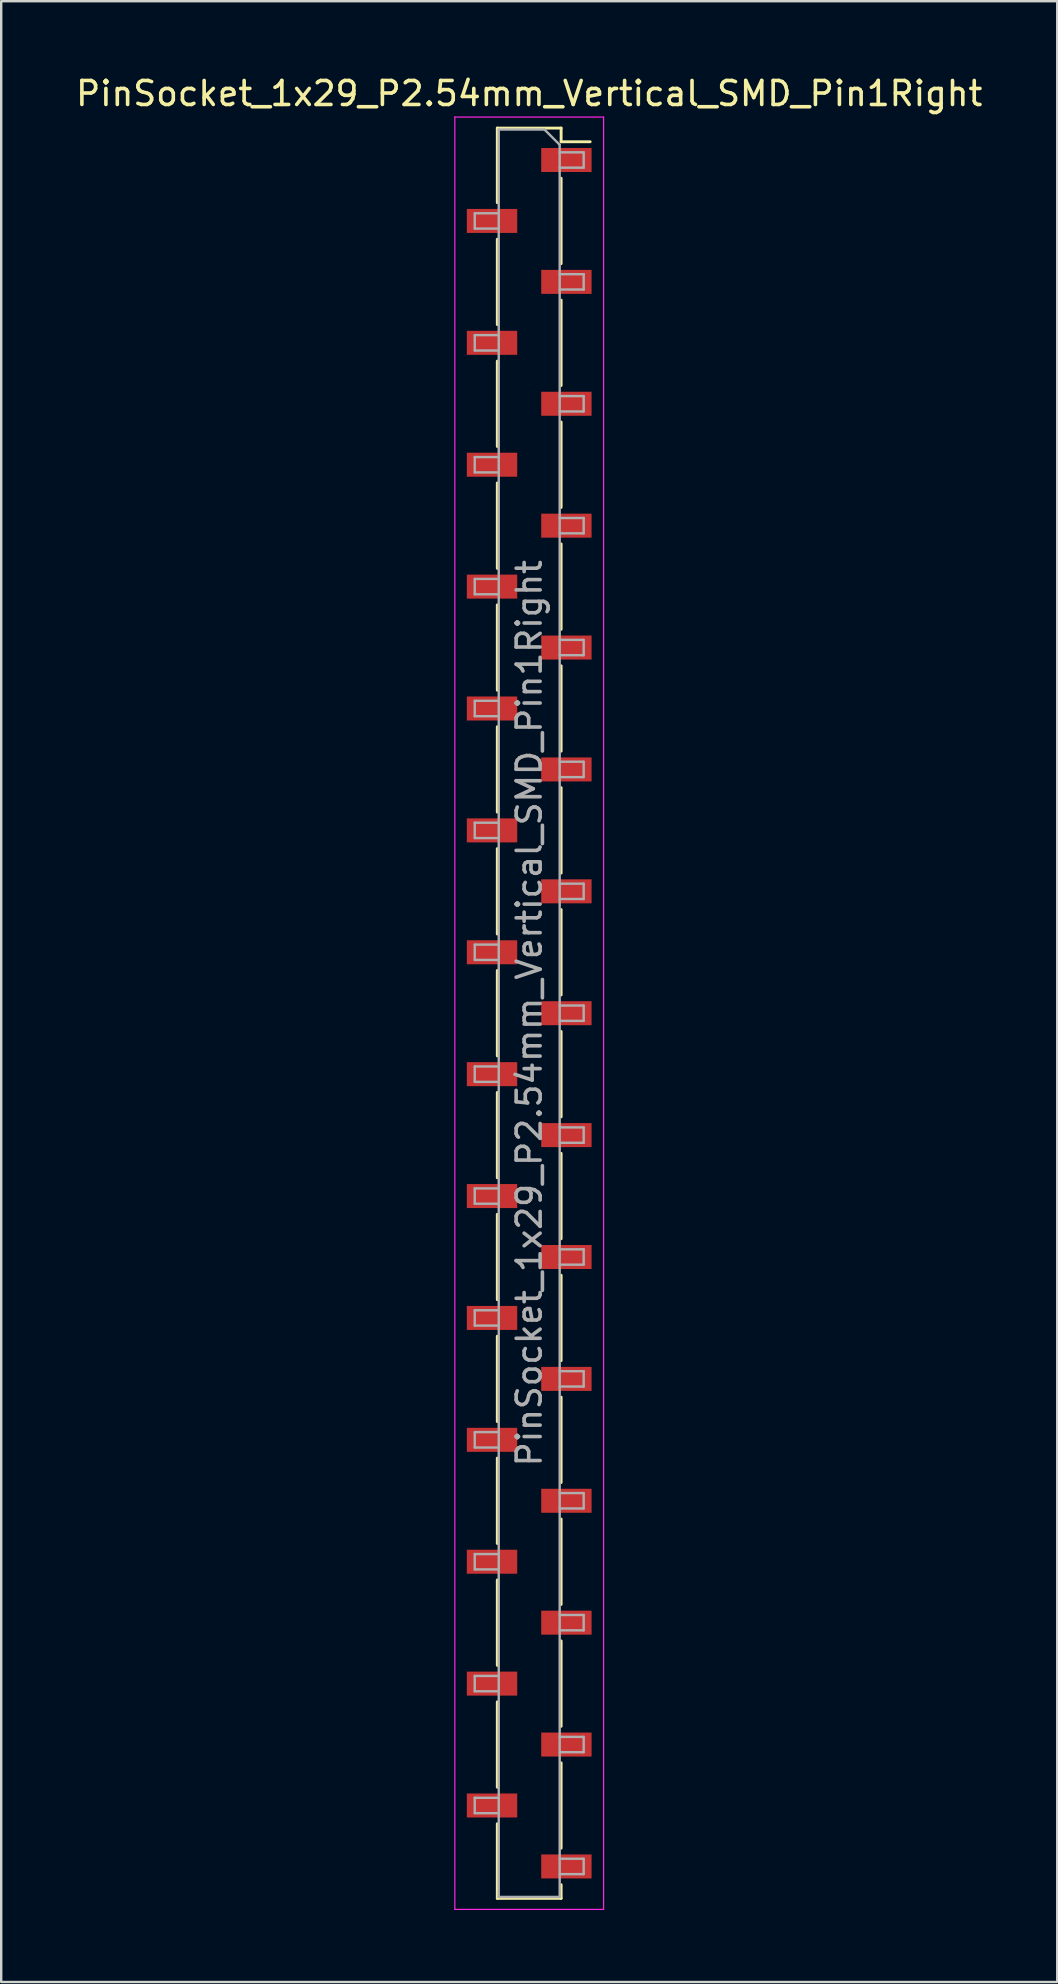
<source format=kicad_pcb>
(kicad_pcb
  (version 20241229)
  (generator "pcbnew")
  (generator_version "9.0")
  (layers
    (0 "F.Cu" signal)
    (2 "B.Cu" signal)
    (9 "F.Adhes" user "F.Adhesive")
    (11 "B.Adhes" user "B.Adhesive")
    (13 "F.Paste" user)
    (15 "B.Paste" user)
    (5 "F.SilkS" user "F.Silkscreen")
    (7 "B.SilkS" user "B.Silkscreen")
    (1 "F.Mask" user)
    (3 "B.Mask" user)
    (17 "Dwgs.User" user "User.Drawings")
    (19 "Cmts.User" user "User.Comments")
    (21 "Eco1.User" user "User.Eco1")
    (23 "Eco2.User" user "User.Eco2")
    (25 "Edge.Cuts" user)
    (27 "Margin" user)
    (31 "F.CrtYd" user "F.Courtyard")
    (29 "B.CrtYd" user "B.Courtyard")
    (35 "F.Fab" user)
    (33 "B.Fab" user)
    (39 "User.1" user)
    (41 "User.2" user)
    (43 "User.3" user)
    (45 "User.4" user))
  (footprint "PinSocket_1x29_P2.54mm_Vertical_SMD_Pin1Right"
    (layer "F.Cu")
    (at 19.006 39.178)
    (property "Reference" "PinSocket_1x29_P2.54mm_Vertical_SMD_Pin1Right" (at 0 -38.33 0) (layer "F.SilkS") (effects (font (size 1 1) (thickness 0.15))))
    (attr smd)
    (fp_line (start -1.33 -36.89) (end -1.33 -33.78) (stroke (width 0.12) (type solid)) (layer "F.SilkS"))
    (fp_line (start -1.33 -36.89) (end 1.33 -36.89) (stroke (width 0.12) (type solid)) (layer "F.SilkS"))
    (fp_line (start -1.33 -32.26) (end -1.33 -28.7) (stroke (width 0.12) (type solid)) (layer "F.SilkS"))
    (fp_line (start -1.33 -27.18) (end -1.33 -23.62) (stroke (width 0.12) (type solid)) (layer "F.SilkS"))
    (fp_line (start -1.33 -22.1) (end -1.33 -18.54) (stroke (width 0.12) (type solid)) (layer "F.SilkS"))
    (fp_line (start -1.33 -17.02) (end -1.33 -13.46) (stroke (width 0.12) (type solid)) (layer "F.SilkS"))
    (fp_line (start -1.33 -11.94) (end -1.33 -8.38) (stroke (width 0.12) (type solid)) (layer "F.SilkS"))
    (fp_line (start -1.33 -6.86) (end -1.33 -3.3) (stroke (width 0.12) (type solid)) (layer "F.SilkS"))
    (fp_line (start -1.33 -1.78) (end -1.33 1.78) (stroke (width 0.12) (type solid)) (layer "F.SilkS"))
    (fp_line (start -1.33 3.3) (end -1.33 6.86) (stroke (width 0.12) (type solid)) (layer "F.SilkS"))
    (fp_line (start -1.33 8.38) (end -1.33 11.94) (stroke (width 0.12) (type solid)) (layer "F.SilkS"))
    (fp_line (start -1.33 13.46) (end -1.33 17.02) (stroke (width 0.12) (type solid)) (layer "F.SilkS"))
    (fp_line (start -1.33 18.54) (end -1.33 22.1) (stroke (width 0.12) (type solid)) (layer "F.SilkS"))
    (fp_line (start -1.33 23.62) (end -1.33 27.18) (stroke (width 0.12) (type solid)) (layer "F.SilkS"))
    (fp_line (start -1.33 28.7) (end -1.33 32.26) (stroke (width 0.12) (type solid)) (layer "F.SilkS"))
    (fp_line (start -1.33 33.78) (end -1.33 36.89) (stroke (width 0.12) (type solid)) (layer "F.SilkS"))
    (fp_line (start -1.33 36.89) (end 1.33 36.89) (stroke (width 0.12) (type solid)) (layer "F.SilkS"))
    (fp_line (start 1.33 -36.89) (end 1.33 -36.32) (stroke (width 0.12) (type solid)) (layer "F.SilkS"))
    (fp_line (start 1.33 -36.32) (end 2.54 -36.32) (stroke (width 0.12) (type solid)) (layer "F.SilkS"))
    (fp_line (start 1.33 -34.8) (end 1.33 -31.24) (stroke (width 0.12) (type solid)) (layer "F.SilkS"))
    (fp_line (start 1.33 -29.72) (end 1.33 -26.16) (stroke (width 0.12) (type solid)) (layer "F.SilkS"))
    (fp_line (start 1.33 -24.64) (end 1.33 -21.08) (stroke (width 0.12) (type solid)) (layer "F.SilkS"))
    (fp_line (start 1.33 -19.56) (end 1.33 -16) (stroke (width 0.12) (type solid)) (layer "F.SilkS"))
    (fp_line (start 1.33 -14.48) (end 1.33 -10.92) (stroke (width 0.12) (type solid)) (layer "F.SilkS"))
    (fp_line (start 1.33 -9.4) (end 1.33 -5.84) (stroke (width 0.12) (type solid)) (layer "F.SilkS"))
    (fp_line (start 1.33 -4.32) (end 1.33 -0.76) (stroke (width 0.12) (type solid)) (layer "F.SilkS"))
    (fp_line (start 1.33 0.76) (end 1.33 4.32) (stroke (width 0.12) (type solid)) (layer "F.SilkS"))
    (fp_line (start 1.33 5.84) (end 1.33 9.4) (stroke (width 0.12) (type solid)) (layer "F.SilkS"))
    (fp_line (start 1.33 10.92) (end 1.33 14.48) (stroke (width 0.12) (type solid)) (layer "F.SilkS"))
    (fp_line (start 1.33 16) (end 1.33 19.56) (stroke (width 0.12) (type solid)) (layer "F.SilkS"))
    (fp_line (start 1.33 21.08) (end 1.33 24.64) (stroke (width 0.12) (type solid)) (layer "F.SilkS"))
    (fp_line (start 1.33 26.16) (end 1.33 29.72) (stroke (width 0.12) (type solid)) (layer "F.SilkS"))
    (fp_line (start 1.33 31.24) (end 1.33 34.8) (stroke (width 0.12) (type solid)) (layer "F.SilkS"))
    (fp_line (start 1.33 36.32) (end 1.33 36.89) (stroke (width 0.12) (type solid)) (layer "F.SilkS"))
    (fp_line (start -3.1 -37.35) (end 3.1 -37.35) (stroke (width 0.05) (type solid)) (layer "F.CrtYd"))
    (fp_line (start -3.1 37.35) (end -3.1 -37.35) (stroke (width 0.05) (type solid)) (layer "F.CrtYd"))
    (fp_line (start 3.1 -37.35) (end 3.1 37.35) (stroke (width 0.05) (type solid)) (layer "F.CrtYd"))
    (fp_line (start 3.1 37.35) (end -3.1 37.35) (stroke (width 0.05) (type solid)) (layer "F.CrtYd"))
    (fp_line (start -2.27 -33.34) (end -1.27 -33.34) (stroke (width 0.1) (type solid)) (layer "F.Fab"))
    (fp_line (start -2.27 -32.7) (end -2.27 -33.34) (stroke (width 0.1) (type solid)) (layer "F.Fab"))
    (fp_line (start -2.27 -28.26) (end -1.27 -28.26) (stroke (width 0.1) (type solid)) (layer "F.Fab"))
    (fp_line (start -2.27 -27.62) (end -2.27 -28.26) (stroke (width 0.1) (type solid)) (layer "F.Fab"))
    (fp_line (start -2.27 -23.18) (end -1.27 -23.18) (stroke (width 0.1) (type solid)) (layer "F.Fab"))
    (fp_line (start -2.27 -22.54) (end -2.27 -23.18) (stroke (width 0.1) (type solid)) (layer "F.Fab"))
    (fp_line (start -2.27 -18.1) (end -1.27 -18.1) (stroke (width 0.1) (type solid)) (layer "F.Fab"))
    (fp_line (start -2.27 -17.46) (end -2.27 -18.1) (stroke (width 0.1) (type solid)) (layer "F.Fab"))
    (fp_line (start -2.27 -13.02) (end -1.27 -13.02) (stroke (width 0.1) (type solid)) (layer "F.Fab"))
    (fp_line (start -2.27 -12.38) (end -2.27 -13.02) (stroke (width 0.1) (type solid)) (layer "F.Fab"))
    (fp_line (start -2.27 -7.94) (end -1.27 -7.94) (stroke (width 0.1) (type solid)) (layer "F.Fab"))
    (fp_line (start -2.27 -7.3) (end -2.27 -7.94) (stroke (width 0.1) (type solid)) (layer "F.Fab"))
    (fp_line (start -2.27 -2.86) (end -1.27 -2.86) (stroke (width 0.1) (type solid)) (layer "F.Fab"))
    (fp_line (start -2.27 -2.22) (end -2.27 -2.86) (stroke (width 0.1) (type solid)) (layer "F.Fab"))
    (fp_line (start -2.27 2.22) (end -1.27 2.22) (stroke (width 0.1) (type solid)) (layer "F.Fab"))
    (fp_line (start -2.27 2.86) (end -2.27 2.22) (stroke (width 0.1) (type solid)) (layer "F.Fab"))
    (fp_line (start -2.27 7.3) (end -1.27 7.3) (stroke (width 0.1) (type solid)) (layer "F.Fab"))
    (fp_line (start -2.27 7.94) (end -2.27 7.3) (stroke (width 0.1) (type solid)) (layer "F.Fab"))
    (fp_line (start -2.27 12.38) (end -1.27 12.38) (stroke (width 0.1) (type solid)) (layer "F.Fab"))
    (fp_line (start -2.27 13.02) (end -2.27 12.38) (stroke (width 0.1) (type solid)) (layer "F.Fab"))
    (fp_line (start -2.27 17.46) (end -1.27 17.46) (stroke (width 0.1) (type solid)) (layer "F.Fab"))
    (fp_line (start -2.27 18.1) (end -2.27 17.46) (stroke (width 0.1) (type solid)) (layer "F.Fab"))
    (fp_line (start -2.27 22.54) (end -1.27 22.54) (stroke (width 0.1) (type solid)) (layer "F.Fab"))
    (fp_line (start -2.27 23.18) (end -2.27 22.54) (stroke (width 0.1) (type solid)) (layer "F.Fab"))
    (fp_line (start -2.27 27.62) (end -1.27 27.62) (stroke (width 0.1) (type solid)) (layer "F.Fab"))
    (fp_line (start -2.27 28.26) (end -2.27 27.62) (stroke (width 0.1) (type solid)) (layer "F.Fab"))
    (fp_line (start -2.27 32.7) (end -1.27 32.7) (stroke (width 0.1) (type solid)) (layer "F.Fab"))
    (fp_line (start -2.27 33.34) (end -2.27 32.7) (stroke (width 0.1) (type solid)) (layer "F.Fab"))
    (fp_line (start -1.27 -36.83) (end 0.635 -36.83) (stroke (width 0.1) (type solid)) (layer "F.Fab"))
    (fp_line (start -1.27 -32.7) (end -2.27 -32.7) (stroke (width 0.1) (type solid)) (layer "F.Fab"))
    (fp_line (start -1.27 -27.62) (end -2.27 -27.62) (stroke (width 0.1) (type solid)) (layer "F.Fab"))
    (fp_line (start -1.27 -22.54) (end -2.27 -22.54) (stroke (width 0.1) (type solid)) (layer "F.Fab"))
    (fp_line (start -1.27 -17.46) (end -2.27 -17.46) (stroke (width 0.1) (type solid)) (layer "F.Fab"))
    (fp_line (start -1.27 -12.38) (end -2.27 -12.38) (stroke (width 0.1) (type solid)) (layer "F.Fab"))
    (fp_line (start -1.27 -7.3) (end -2.27 -7.3) (stroke (width 0.1) (type solid)) (layer "F.Fab"))
    (fp_line (start -1.27 -2.22) (end -2.27 -2.22) (stroke (width 0.1) (type solid)) (layer "F.Fab"))
    (fp_line (start -1.27 2.86) (end -2.27 2.86) (stroke (width 0.1) (type solid)) (layer "F.Fab"))
    (fp_line (start -1.27 7.94) (end -2.27 7.94) (stroke (width 0.1) (type solid)) (layer "F.Fab"))
    (fp_line (start -1.27 13.02) (end -2.27 13.02) (stroke (width 0.1) (type solid)) (layer "F.Fab"))
    (fp_line (start -1.27 18.1) (end -2.27 18.1) (stroke (width 0.1) (type solid)) (layer "F.Fab"))
    (fp_line (start -1.27 23.18) (end -2.27 23.18) (stroke (width 0.1) (type solid)) (layer "F.Fab"))
    (fp_line (start -1.27 28.26) (end -2.27 28.26) (stroke (width 0.1) (type solid)) (layer "F.Fab"))
    (fp_line (start -1.27 33.34) (end -2.27 33.34) (stroke (width 0.1) (type solid)) (layer "F.Fab"))
    (fp_line (start -1.27 36.83) (end -1.27 -36.83) (stroke (width 0.1) (type solid)) (layer "F.Fab"))
    (fp_line (start 0.635 -36.83) (end 1.27 -36.195) (stroke (width 0.1) (type solid)) (layer "F.Fab"))
    (fp_line (start 1.27 -36.195) (end 1.27 36.83) (stroke (width 0.1) (type solid)) (layer "F.Fab"))
    (fp_line (start 1.27 -35.88) (end 2.27 -35.88) (stroke (width 0.1) (type solid)) (layer "F.Fab"))
    (fp_line (start 1.27 -30.8) (end 2.27 -30.8) (stroke (width 0.1) (type solid)) (layer "F.Fab"))
    (fp_line (start 1.27 -25.72) (end 2.27 -25.72) (stroke (width 0.1) (type solid)) (layer "F.Fab"))
    (fp_line (start 1.27 -20.64) (end 2.27 -20.64) (stroke (width 0.1) (type solid)) (layer "F.Fab"))
    (fp_line (start 1.27 -15.56) (end 2.27 -15.56) (stroke (width 0.1) (type solid)) (layer "F.Fab"))
    (fp_line (start 1.27 -10.48) (end 2.27 -10.48) (stroke (width 0.1) (type solid)) (layer "F.Fab"))
    (fp_line (start 1.27 -5.4) (end 2.27 -5.4) (stroke (width 0.1) (type solid)) (layer "F.Fab"))
    (fp_line (start 1.27 -0.32) (end 2.27 -0.32) (stroke (width 0.1) (type solid)) (layer "F.Fab"))
    (fp_line (start 1.27 4.76) (end 2.27 4.76) (stroke (width 0.1) (type solid)) (layer "F.Fab"))
    (fp_line (start 1.27 9.84) (end 2.27 9.84) (stroke (width 0.1) (type solid)) (layer "F.Fab"))
    (fp_line (start 1.27 14.92) (end 2.27 14.92) (stroke (width 0.1) (type solid)) (layer "F.Fab"))
    (fp_line (start 1.27 20) (end 2.27 20) (stroke (width 0.1) (type solid)) (layer "F.Fab"))
    (fp_line (start 1.27 25.08) (end 2.27 25.08) (stroke (width 0.1) (type solid)) (layer "F.Fab"))
    (fp_line (start 1.27 30.16) (end 2.27 30.16) (stroke (width 0.1) (type solid)) (layer "F.Fab"))
    (fp_line (start 1.27 35.24) (end 2.27 35.24) (stroke (width 0.1) (type solid)) (layer "F.Fab"))
    (fp_line (start 1.27 36.83) (end -1.27 36.83) (stroke (width 0.1) (type solid)) (layer "F.Fab"))
    (fp_line (start 2.27 -35.88) (end 2.27 -35.24) (stroke (width 0.1) (type solid)) (layer "F.Fab"))
    (fp_line (start 2.27 -35.24) (end 1.27 -35.24) (stroke (width 0.1) (type solid)) (layer "F.Fab"))
    (fp_line (start 2.27 -30.8) (end 2.27 -30.16) (stroke (width 0.1) (type solid)) (layer "F.Fab"))
    (fp_line (start 2.27 -30.16) (end 1.27 -30.16) (stroke (width 0.1) (type solid)) (layer "F.Fab"))
    (fp_line (start 2.27 -25.72) (end 2.27 -25.08) (stroke (width 0.1) (type solid)) (layer "F.Fab"))
    (fp_line (start 2.27 -25.08) (end 1.27 -25.08) (stroke (width 0.1) (type solid)) (layer "F.Fab"))
    (fp_line (start 2.27 -20.64) (end 2.27 -20) (stroke (width 0.1) (type solid)) (layer "F.Fab"))
    (fp_line (start 2.27 -20) (end 1.27 -20) (stroke (width 0.1) (type solid)) (layer "F.Fab"))
    (fp_line (start 2.27 -15.56) (end 2.27 -14.92) (stroke (width 0.1) (type solid)) (layer "F.Fab"))
    (fp_line (start 2.27 -14.92) (end 1.27 -14.92) (stroke (width 0.1) (type solid)) (layer "F.Fab"))
    (fp_line (start 2.27 -10.48) (end 2.27 -9.84) (stroke (width 0.1) (type solid)) (layer "F.Fab"))
    (fp_line (start 2.27 -9.84) (end 1.27 -9.84) (stroke (width 0.1) (type solid)) (layer "F.Fab"))
    (fp_line (start 2.27 -5.4) (end 2.27 -4.76) (stroke (width 0.1) (type solid)) (layer "F.Fab"))
    (fp_line (start 2.27 -4.76) (end 1.27 -4.76) (stroke (width 0.1) (type solid)) (layer "F.Fab"))
    (fp_line (start 2.27 -0.32) (end 2.27 0.32) (stroke (width 0.1) (type solid)) (layer "F.Fab"))
    (fp_line (start 2.27 0.32) (end 1.27 0.32) (stroke (width 0.1) (type solid)) (layer "F.Fab"))
    (fp_line (start 2.27 4.76) (end 2.27 5.4) (stroke (width 0.1) (type solid)) (layer "F.Fab"))
    (fp_line (start 2.27 5.4) (end 1.27 5.4) (stroke (width 0.1) (type solid)) (layer "F.Fab"))
    (fp_line (start 2.27 9.84) (end 2.27 10.48) (stroke (width 0.1) (type solid)) (layer "F.Fab"))
    (fp_line (start 2.27 10.48) (end 1.27 10.48) (stroke (width 0.1) (type solid)) (layer "F.Fab"))
    (fp_line (start 2.27 14.92) (end 2.27 15.56) (stroke (width 0.1) (type solid)) (layer "F.Fab"))
    (fp_line (start 2.27 15.56) (end 1.27 15.56) (stroke (width 0.1) (type solid)) (layer "F.Fab"))
    (fp_line (start 2.27 20) (end 2.27 20.64) (stroke (width 0.1) (type solid)) (layer "F.Fab"))
    (fp_line (start 2.27 20.64) (end 1.27 20.64) (stroke (width 0.1) (type solid)) (layer "F.Fab"))
    (fp_line (start 2.27 25.08) (end 2.27 25.72) (stroke (width 0.1) (type solid)) (layer "F.Fab"))
    (fp_line (start 2.27 25.72) (end 1.27 25.72) (stroke (width 0.1) (type solid)) (layer "F.Fab"))
    (fp_line (start 2.27 30.16) (end 2.27 30.8) (stroke (width 0.1) (type solid)) (layer "F.Fab"))
    (fp_line (start 2.27 30.8) (end 1.27 30.8) (stroke (width 0.1) (type solid)) (layer "F.Fab"))
    (fp_line (start 2.27 35.24) (end 2.27 35.88) (stroke (width 0.1) (type solid)) (layer "F.Fab"))
    (fp_line (start 2.27 35.88) (end 1.27 35.88) (stroke (width 0.1) (type solid)) (layer "F.Fab"))
    (fp_text user "${REFERENCE}" (at 0 0 90) (layer "F.Fab") (effects (font (size 1 1) (thickness 0.15))))
    (pad "1" smd rect (at 1.55 -35.56) (size 2.1 1) (layers "F.Cu" "F.Mask" "F.Paste"))
    (pad "2" smd rect (at -1.55 -33.02) (size 2.1 1) (layers "F.Cu" "F.Mask" "F.Paste"))
    (pad "3" smd rect (at 1.55 -30.48) (size 2.1 1) (layers "F.Cu" "F.Mask" "F.Paste"))
    (pad "4" smd rect (at -1.55 -27.94) (size 2.1 1) (layers "F.Cu" "F.Mask" "F.Paste"))
    (pad "5" smd rect (at 1.55 -25.4) (size 2.1 1) (layers "F.Cu" "F.Mask" "F.Paste"))
    (pad "6" smd rect (at -1.55 -22.86) (size 2.1 1) (layers "F.Cu" "F.Mask" "F.Paste"))
    (pad "7" smd rect (at 1.55 -20.32) (size 2.1 1) (layers "F.Cu" "F.Mask" "F.Paste"))
    (pad "8" smd rect (at -1.55 -17.78) (size 2.1 1) (layers "F.Cu" "F.Mask" "F.Paste"))
    (pad "9" smd rect (at 1.55 -15.24) (size 2.1 1) (layers "F.Cu" "F.Mask" "F.Paste"))
    (pad "10" smd rect (at -1.55 -12.7) (size 2.1 1) (layers "F.Cu" "F.Mask" "F.Paste"))
    (pad "11" smd rect (at 1.55 -10.16) (size 2.1 1) (layers "F.Cu" "F.Mask" "F.Paste"))
    (pad "12" smd rect (at -1.55 -7.62) (size 2.1 1) (layers "F.Cu" "F.Mask" "F.Paste"))
    (pad "13" smd rect (at 1.55 -5.08) (size 2.1 1) (layers "F.Cu" "F.Mask" "F.Paste"))
    (pad "14" smd rect (at -1.55 -2.54) (size 2.1 1) (layers "F.Cu" "F.Mask" "F.Paste"))
    (pad "15" smd rect (at 1.55 0) (size 2.1 1) (layers "F.Cu" "F.Mask" "F.Paste"))
    (pad "16" smd rect (at -1.55 2.54) (size 2.1 1) (layers "F.Cu" "F.Mask" "F.Paste"))
    (pad "17" smd rect (at 1.55 5.08) (size 2.1 1) (layers "F.Cu" "F.Mask" "F.Paste"))
    (pad "18" smd rect (at -1.55 7.62) (size 2.1 1) (layers "F.Cu" "F.Mask" "F.Paste"))
    (pad "19" smd rect (at 1.55 10.16) (size 2.1 1) (layers "F.Cu" "F.Mask" "F.Paste"))
    (pad "20" smd rect (at -1.55 12.7) (size 2.1 1) (layers "F.Cu" "F.Mask" "F.Paste"))
    (pad "21" smd rect (at 1.55 15.24) (size 2.1 1) (layers "F.Cu" "F.Mask" "F.Paste"))
    (pad "22" smd rect (at -1.55 17.78) (size 2.1 1) (layers "F.Cu" "F.Mask" "F.Paste"))
    (pad "23" smd rect (at 1.55 20.32) (size 2.1 1) (layers "F.Cu" "F.Mask" "F.Paste"))
    (pad "24" smd rect (at -1.55 22.86) (size 2.1 1) (layers "F.Cu" "F.Mask" "F.Paste"))
    (pad "25" smd rect (at 1.55 25.4) (size 2.1 1) (layers "F.Cu" "F.Mask" "F.Paste"))
    (pad "26" smd rect (at -1.55 27.94) (size 2.1 1) (layers "F.Cu" "F.Mask" "F.Paste"))
    (pad "27" smd rect (at 1.55 30.48) (size 2.1 1) (layers "F.Cu" "F.Mask" "F.Paste"))
    (pad "28" smd rect (at -1.55 33.02) (size 2.1 1) (layers "F.Cu" "F.Mask" "F.Paste"))
    (pad "29" smd rect (at 1.55 35.56) (size 2.1 1) (layers "F.Cu" "F.Mask" "F.Paste")))
  (gr_rect
    (start -3 -3)
    (end 41.012 79.553)
    (stroke (width 0.1) (type default))
    (fill no)
    (layer "Edge.Cuts")))
</source>
